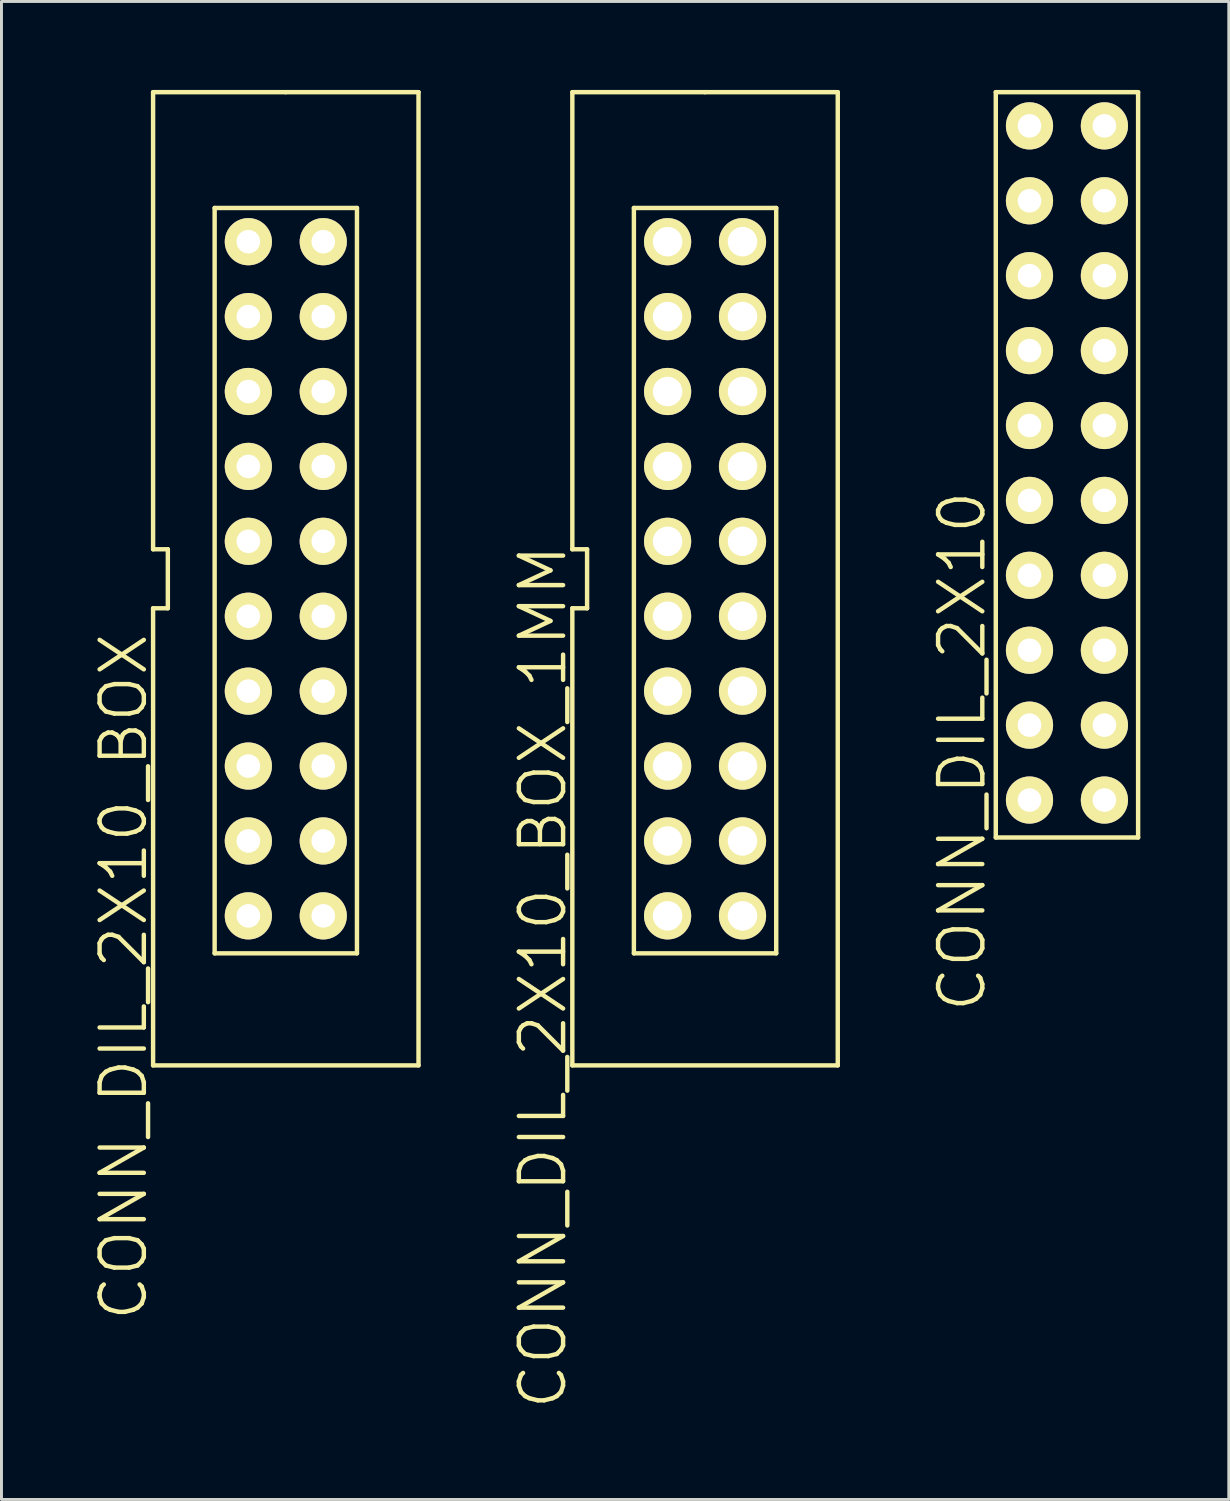
<source format=kicad_pcb>
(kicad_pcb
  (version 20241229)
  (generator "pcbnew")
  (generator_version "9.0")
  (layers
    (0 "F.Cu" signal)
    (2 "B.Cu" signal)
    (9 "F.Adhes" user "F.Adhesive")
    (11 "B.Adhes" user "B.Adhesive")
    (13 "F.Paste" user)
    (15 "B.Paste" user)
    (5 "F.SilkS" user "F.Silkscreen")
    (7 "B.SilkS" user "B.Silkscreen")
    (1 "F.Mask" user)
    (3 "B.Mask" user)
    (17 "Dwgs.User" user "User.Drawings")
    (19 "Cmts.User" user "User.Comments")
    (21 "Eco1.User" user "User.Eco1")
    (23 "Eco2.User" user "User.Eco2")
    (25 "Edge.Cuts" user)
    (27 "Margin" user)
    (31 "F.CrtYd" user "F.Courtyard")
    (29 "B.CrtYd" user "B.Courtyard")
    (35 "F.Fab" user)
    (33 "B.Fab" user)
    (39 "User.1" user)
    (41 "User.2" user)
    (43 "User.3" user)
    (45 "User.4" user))
  (footprint "CONN_DIL_2X10_BOX"
    (layer "F.Cu")
    (at 6.641 16.575)
    (property "Reference" "CONN_DIL_2X10_BOX" (at -5.5 13.5 90) (layer "F.SilkS") (effects (font (size 1.5 1.5) (thickness 0.15))))
    (attr through_hole)
    (fp_line (start -4.5 -1) (end -4.5 -16.5) (stroke (width 0.15) (type solid)) (layer "F.SilkS"))
    (fp_line (start -4.5 1) (end -4 1) (stroke (width 0.15) (type solid)) (layer "F.SilkS"))
    (fp_line (start -4.5 16.5) (end -4.5 1) (stroke (width 0.15) (type solid)) (layer "F.SilkS"))
    (fp_line (start -4.5 16.5) (end 4.5 16.5) (stroke (width 0.15) (type solid)) (layer "F.SilkS"))
    (fp_line (start -4 -1) (end -4.5 -1) (stroke (width 0.15) (type solid)) (layer "F.SilkS"))
    (fp_line (start -4 1) (end -4 -1) (stroke (width 0.15) (type solid)) (layer "F.SilkS"))
    (fp_line (start -2.413 -12.573) (end -2.413 12.7) (stroke (width 0.15) (type solid)) (layer "F.SilkS"))
    (fp_line (start -2.413 -12.573) (end 2.413 -12.573) (stroke (width 0.15) (type solid)) (layer "F.SilkS"))
    (fp_line (start 0 -16.5) (end -4.5 -16.5) (stroke (width 0.15) (type solid)) (layer "F.SilkS"))
    (fp_line (start 2.413 12.7) (end -2.413 12.7) (stroke (width 0.15) (type solid)) (layer "F.SilkS"))
    (fp_line (start 2.413 12.7) (end 2.413 -12.573) (stroke (width 0.15) (type solid)) (layer "F.SilkS"))
    (fp_line (start 4.5 -16.5) (end 0 -16.5) (stroke (width 0.15) (type solid)) (layer "F.SilkS"))
    (fp_line (start 4.5 16.5) (end 4.5 -16.5) (stroke (width 0.15) (type solid)) (layer "F.SilkS"))
    (pad "1" thru_hole circle (at -1.27 -11.43) (size 1.6 1.6) (drill 0.8) (layers "*.Cu" "*.Mask" "F.SilkS"))
    (pad "2" thru_hole circle (at 1.27 -11.43) (size 1.6 1.6) (drill 0.8) (layers "*.Cu" "*.Mask" "F.SilkS"))
    (pad "3" thru_hole circle (at -1.27 -8.89) (size 1.6 1.6) (drill 0.8) (layers "*.Cu" "*.Mask" "F.SilkS"))
    (pad "4" thru_hole circle (at 1.27 -8.89) (size 1.6 1.6) (drill 0.8) (layers "*.Cu" "*.Mask" "F.SilkS"))
    (pad "5" thru_hole circle (at -1.27 -6.35) (size 1.6 1.6) (drill 0.8) (layers "*.Cu" "*.Mask" "F.SilkS"))
    (pad "6" thru_hole circle (at 1.27 -6.35) (size 1.6 1.6) (drill 0.8) (layers "*.Cu" "*.Mask" "F.SilkS"))
    (pad "7" thru_hole circle (at -1.27 -3.81) (size 1.6 1.6) (drill 0.8) (layers "*.Cu" "*.Mask" "F.SilkS"))
    (pad "8" thru_hole circle (at 1.27 -3.81) (size 1.6 1.6) (drill 0.8) (layers "*.Cu" "*.Mask" "F.SilkS"))
    (pad "9" thru_hole circle (at -1.27 -1.27) (size 1.6 1.6) (drill 0.8) (layers "*.Cu" "*.Mask" "F.SilkS"))
    (pad "10" thru_hole circle (at 1.27 -1.27) (size 1.6 1.6) (drill 0.8) (layers "*.Cu" "*.Mask" "F.SilkS"))
    (pad "11" thru_hole circle (at -1.27 1.27) (size 1.6 1.6) (drill 0.8) (layers "*.Cu" "*.Mask" "F.SilkS"))
    (pad "12" thru_hole circle (at 1.27 1.27) (size 1.6 1.6) (drill 0.8) (layers "*.Cu" "*.Mask" "F.SilkS"))
    (pad "13" thru_hole circle (at -1.27 3.81) (size 1.6 1.6) (drill 0.8) (layers "*.Cu" "*.Mask" "F.SilkS"))
    (pad "14" thru_hole circle (at 1.27 3.81) (size 1.6 1.6) (drill 0.8) (layers "*.Cu" "*.Mask" "F.SilkS"))
    (pad "15" thru_hole circle (at -1.27 6.35) (size 1.6 1.6) (drill 0.8) (layers "*.Cu" "*.Mask" "F.SilkS"))
    (pad "16" thru_hole circle (at 1.27 6.35) (size 1.6 1.6) (drill 0.8) (layers "*.Cu" "*.Mask" "F.SilkS"))
    (pad "17" thru_hole circle (at -1.27 8.89) (size 1.6 1.6) (drill 0.8) (layers "*.Cu" "*.Mask" "F.SilkS"))
    (pad "18" thru_hole circle (at 1.27 8.89) (size 1.6 1.6) (drill 0.8) (layers "*.Cu" "*.Mask" "F.SilkS"))
    (pad "19" thru_hole circle (at -1.27 11.43) (size 1.6 1.6) (drill 0.8) (layers "*.Cu" "*.Mask" "F.SilkS"))
    (pad "20" thru_hole circle (at 1.27 11.43) (size 1.6 1.6) (drill 0.8) (layers "*.Cu" "*.Mask" "F.SilkS")))
  (footprint "CONN_DIL_2X10_BOX_1MM"
    (layer "F.Cu")
    (at 20.857 16.575)
    (property "Reference" "CONN_DIL_2X10_BOX_1MM" (at -5.5 13.5 90) (layer "F.SilkS") (effects (font (size 1.5 1.5) (thickness 0.15))))
    (attr through_hole)
    (fp_line (start -4.5 -1) (end -4.5 -16.5) (stroke (width 0.15) (type solid)) (layer "F.SilkS"))
    (fp_line (start -4.5 1) (end -4 1) (stroke (width 0.15) (type solid)) (layer "F.SilkS"))
    (fp_line (start -4.5 16.5) (end -4.5 1) (stroke (width 0.15) (type solid)) (layer "F.SilkS"))
    (fp_line (start -4.5 16.5) (end 4.5 16.5) (stroke (width 0.15) (type solid)) (layer "F.SilkS"))
    (fp_line (start -4 -1) (end -4.5 -1) (stroke (width 0.15) (type solid)) (layer "F.SilkS"))
    (fp_line (start -4 1) (end -4 -1) (stroke (width 0.15) (type solid)) (layer "F.SilkS"))
    (fp_line (start -2.413 -12.573) (end -2.413 12.7) (stroke (width 0.15) (type solid)) (layer "F.SilkS"))
    (fp_line (start -2.413 -12.573) (end 2.413 -12.573) (stroke (width 0.15) (type solid)) (layer "F.SilkS"))
    (fp_line (start 0 -16.5) (end -4.5 -16.5) (stroke (width 0.15) (type solid)) (layer "F.SilkS"))
    (fp_line (start 2.413 12.7) (end -2.413 12.7) (stroke (width 0.15) (type solid)) (layer "F.SilkS"))
    (fp_line (start 2.413 12.7) (end 2.413 -12.573) (stroke (width 0.15) (type solid)) (layer "F.SilkS"))
    (fp_line (start 4.5 -16.5) (end 0 -16.5) (stroke (width 0.15) (type solid)) (layer "F.SilkS"))
    (fp_line (start 4.5 16.5) (end 4.5 -16.5) (stroke (width 0.15) (type solid)) (layer "F.SilkS"))
    (pad "1" thru_hole circle (at -1.27 -11.43) (size 1.6 1.6) (drill 1) (layers "*.Cu" "*.Mask" "F.SilkS"))
    (pad "2" thru_hole circle (at 1.27 -11.43) (size 1.6 1.6) (drill 1) (layers "*.Cu" "*.Mask" "F.SilkS"))
    (pad "3" thru_hole circle (at -1.27 -8.89) (size 1.6 1.6) (drill 1) (layers "*.Cu" "*.Mask" "F.SilkS"))
    (pad "4" thru_hole circle (at 1.27 -8.89) (size 1.6 1.6) (drill 1) (layers "*.Cu" "*.Mask" "F.SilkS"))
    (pad "5" thru_hole circle (at -1.27 -6.35) (size 1.6 1.6) (drill 1) (layers "*.Cu" "*.Mask" "F.SilkS"))
    (pad "6" thru_hole circle (at 1.27 -6.35) (size 1.6 1.6) (drill 1) (layers "*.Cu" "*.Mask" "F.SilkS"))
    (pad "7" thru_hole circle (at -1.27 -3.81) (size 1.6 1.6) (drill 1) (layers "*.Cu" "*.Mask" "F.SilkS"))
    (pad "8" thru_hole circle (at 1.27 -3.81) (size 1.6 1.6) (drill 1) (layers "*.Cu" "*.Mask" "F.SilkS"))
    (pad "9" thru_hole circle (at -1.27 -1.27) (size 1.6 1.6) (drill 1) (layers "*.Cu" "*.Mask" "F.SilkS"))
    (pad "10" thru_hole circle (at 1.27 -1.27) (size 1.6 1.6) (drill 1) (layers "*.Cu" "*.Mask" "F.SilkS"))
    (pad "11" thru_hole circle (at -1.27 1.27) (size 1.6 1.6) (drill 1) (layers "*.Cu" "*.Mask" "F.SilkS"))
    (pad "12" thru_hole circle (at 1.27 1.27) (size 1.6 1.6) (drill 1) (layers "*.Cu" "*.Mask" "F.SilkS"))
    (pad "13" thru_hole circle (at -1.27 3.81) (size 1.6 1.6) (drill 1) (layers "*.Cu" "*.Mask" "F.SilkS"))
    (pad "14" thru_hole circle (at 1.27 3.81) (size 1.6 1.6) (drill 1) (layers "*.Cu" "*.Mask" "F.SilkS"))
    (pad "15" thru_hole circle (at -1.27 6.35) (size 1.6 1.6) (drill 1) (layers "*.Cu" "*.Mask" "F.SilkS"))
    (pad "16" thru_hole circle (at 1.27 6.35) (size 1.6 1.6) (drill 1) (layers "*.Cu" "*.Mask" "F.SilkS"))
    (pad "17" thru_hole circle (at -1.27 8.89) (size 1.6 1.6) (drill 1) (layers "*.Cu" "*.Mask" "F.SilkS"))
    (pad "18" thru_hole circle (at 1.27 8.89) (size 1.6 1.6) (drill 1) (layers "*.Cu" "*.Mask" "F.SilkS"))
    (pad "19" thru_hole circle (at -1.27 11.43) (size 1.6 1.6) (drill 1) (layers "*.Cu" "*.Mask" "F.SilkS"))
    (pad "20" thru_hole circle (at 1.27 11.43) (size 1.6 1.6) (drill 1) (layers "*.Cu" "*.Mask" "F.SilkS")))
  (footprint "CONN_DIL_2X10"
    (layer "F.Cu")
    (at 33.128 12.648)
    (property "Reference" "CONN_DIL_2X10" (at -3.556 9.779 90) (layer "F.SilkS") (effects (font (size 1.5 1.5) (thickness 0.15))))
    (attr through_hole)
    (fp_line (start -2.413 -12.573) (end -2.413 12.7) (stroke (width 0.15) (type solid)) (layer "F.SilkS"))
    (fp_line (start -2.413 -12.573) (end 2.413 -12.573) (stroke (width 0.15) (type solid)) (layer "F.SilkS"))
    (fp_line (start 2.413 12.7) (end -2.413 12.7) (stroke (width 0.15) (type solid)) (layer "F.SilkS"))
    (fp_line (start 2.413 12.7) (end 2.413 -12.573) (stroke (width 0.15) (type solid)) (layer "F.SilkS"))
    (pad "1" thru_hole circle (at -1.27 -11.43) (size 1.6 1.6) (drill 0.8) (layers "*.Cu" "*.Mask" "F.SilkS"))
    (pad "2" thru_hole circle (at 1.27 -11.43) (size 1.6 1.6) (drill 0.8) (layers "*.Cu" "*.Mask" "F.SilkS"))
    (pad "3" thru_hole circle (at -1.27 -8.89) (size 1.6 1.6) (drill 0.8) (layers "*.Cu" "*.Mask" "F.SilkS"))
    (pad "4" thru_hole circle (at 1.27 -8.89) (size 1.6 1.6) (drill 0.8) (layers "*.Cu" "*.Mask" "F.SilkS"))
    (pad "5" thru_hole circle (at -1.27 -6.35) (size 1.6 1.6) (drill 0.8) (layers "*.Cu" "*.Mask" "F.SilkS"))
    (pad "6" thru_hole circle (at 1.27 -6.35) (size 1.6 1.6) (drill 0.8) (layers "*.Cu" "*.Mask" "F.SilkS"))
    (pad "7" thru_hole circle (at -1.27 -3.81) (size 1.6 1.6) (drill 0.8) (layers "*.Cu" "*.Mask" "F.SilkS"))
    (pad "8" thru_hole circle (at 1.27 -3.81) (size 1.6 1.6) (drill 0.8) (layers "*.Cu" "*.Mask" "F.SilkS"))
    (pad "9" thru_hole circle (at -1.27 -1.27) (size 1.6 1.6) (drill 0.8) (layers "*.Cu" "*.Mask" "F.SilkS"))
    (pad "10" thru_hole circle (at 1.27 -1.27) (size 1.6 1.6) (drill 0.8) (layers "*.Cu" "*.Mask" "F.SilkS"))
    (pad "11" thru_hole circle (at -1.27 1.27) (size 1.6 1.6) (drill 0.8) (layers "*.Cu" "*.Mask" "F.SilkS"))
    (pad "12" thru_hole circle (at 1.27 1.27) (size 1.6 1.6) (drill 0.8) (layers "*.Cu" "*.Mask" "F.SilkS"))
    (pad "13" thru_hole circle (at -1.27 3.81) (size 1.6 1.6) (drill 0.8) (layers "*.Cu" "*.Mask" "F.SilkS"))
    (pad "14" thru_hole circle (at 1.27 3.81) (size 1.6 1.6) (drill 0.8) (layers "*.Cu" "*.Mask" "F.SilkS"))
    (pad "15" thru_hole circle (at -1.27 6.35) (size 1.6 1.6) (drill 0.8) (layers "*.Cu" "*.Mask" "F.SilkS"))
    (pad "16" thru_hole circle (at 1.27 6.35) (size 1.6 1.6) (drill 0.8) (layers "*.Cu" "*.Mask" "F.SilkS"))
    (pad "17" thru_hole circle (at -1.27 8.89) (size 1.6 1.6) (drill 0.8) (layers "*.Cu" "*.Mask" "F.SilkS"))
    (pad "18" thru_hole circle (at 1.27 8.89) (size 1.6 1.6) (drill 0.8) (layers "*.Cu" "*.Mask" "F.SilkS"))
    (pad "19" thru_hole circle (at -1.27 11.43) (size 1.6 1.6) (drill 0.8) (layers "*.Cu" "*.Mask" "F.SilkS"))
    (pad "20" thru_hole circle (at 1.27 11.43) (size 1.6 1.6) (drill 0.8) (layers "*.Cu" "*.Mask" "F.SilkS")))
  (gr_rect
    (start -3 -3)
    (end 38.616 47.793)
    (stroke (width 0.1) (type default))
    (fill no)
    (layer "Edge.Cuts")))
</source>
